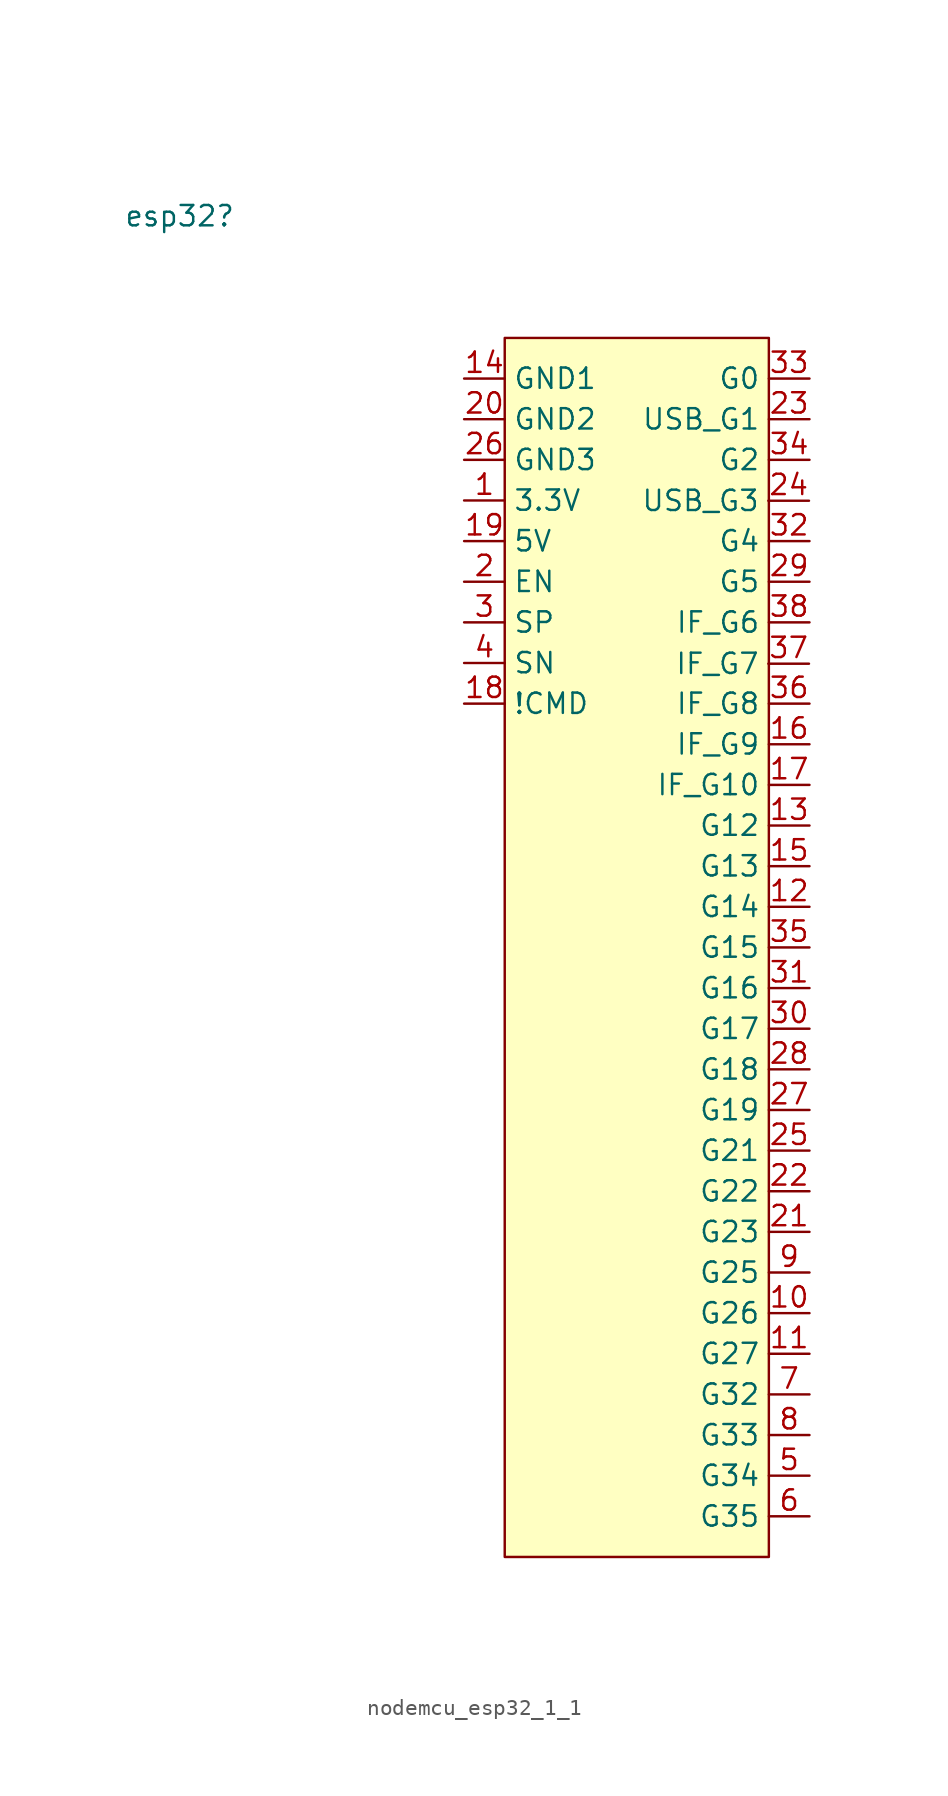
<source format=kicad_sym>
(kicad_symbol_lib
  (version 20220914)
  (generator kicad_symbol_editor)
  (symbol "nodemcu_esp32_1_1"
    (property "Reference" "esp32"
      (at 0 0 0)
      (effects (font (size 1.27 1.27))))
    (property "Value" ""
      (at 0 0 0)
      (effects (font (size 1.27 1.27))))
    (symbol "nodemcu_esp32_1_1_1_1"
      (rectangle (start 20.32 -7.62) (end 36.83 -83.82) (stroke (width 0) (type default)) (fill (type background)))
      (pin power_out line (at 17.78 -17.78 0) (length 2.54) (name "3.3V" (effects (font (size 1.27 1.27)))) (number "1" (effects (font (size 1.27 1.27)))))
      (pin bidirectional line (at 39.37 -68.58 180) (length 2.54) (name "G26" (effects (font (size 1.27 1.27)))) (number "10" (effects (font (size 1.27 1.27)))))
      (pin bidirectional line (at 39.37 -71.12 180) (length 2.54) (name "G27" (effects (font (size 1.27 1.27)))) (number "11" (effects (font (size 1.27 1.27)))))
      (pin bidirectional line (at 39.37 -43.18 180) (length 2.54) (name "G14" (effects (font (size 1.27 1.27)))) (number "12" (effects (font (size 1.27 1.27)))))
      (pin bidirectional line (at 39.37 -38.1 180) (length 2.54) (name "G12" (effects (font (size 1.27 1.27)))) (number "13" (effects (font (size 1.27 1.27)))))
      (pin power_out line (at 17.78 -10.16 0) (length 2.54) (name "GND1" (effects (font (size 1.27 1.27)))) (number "14" (effects (font (size 1.27 1.27)))))
      (pin bidirectional line (at 39.37 -40.64 180) (length 2.54) (name "G13" (effects (font (size 1.27 1.27)))) (number "15" (effects (font (size 1.27 1.27)))))
      (pin input line (at 39.37 -33.02 180) (length 2.54) (name "IF_G9" (effects (font (size 1.27 1.27)))) (number "16" (effects (font (size 1.27 1.27)))))
      (pin input line (at 39.37 -35.56 180) (length 2.54) (name "IF_G10" (effects (font (size 1.27 1.27)))) (number "17" (effects (font (size 1.27 1.27)))))
      (pin output line (at 17.78 -30.48 0) (length 2.54) (name "!CMD" (effects (font (size 1.27 1.27)))) (number "18" (effects (font (size 1.27 1.27)))))
      (pin power_out line (at 17.78 -20.32 0) (length 2.54) (name "5V" (effects (font (size 1.27 1.27)))) (number "19" (effects (font (size 1.27 1.27)))))
      (pin output line (at 17.78 -22.86 0) (length 2.54) (name "EN" (effects (font (size 1.27 1.27)))) (number "2" (effects (font (size 1.27 1.27)))))
      (pin power_out line (at 17.78 -12.7 0) (length 2.54) (name "GND2" (effects (font (size 1.27 1.27)))) (number "20" (effects (font (size 1.27 1.27)))))
      (pin bidirectional line (at 39.37 -63.5 180) (length 2.54) (name "G23" (effects (font (size 1.27 1.27)))) (number "21" (effects (font (size 1.27 1.27)))))
      (pin bidirectional line (at 39.37 -60.96 180) (length 2.54) (name "G22" (effects (font (size 1.27 1.27)))) (number "22" (effects (font (size 1.27 1.27)))))
      (pin bidirectional line (at 39.37 -12.7 180) (length 2.54) (name "USB_G1" (effects (font (size 1.27 1.27)))) (number "23" (effects (font (size 1.27 1.27)))))
      (pin bidirectional line (at 39.338 -17.797 180) (length 2.54) (name "USB_G3" (effects (font (size 1.27 1.27)))) (number "24" (effects (font (size 1.27 1.27)))))
      (pin bidirectional line (at 39.37 -58.42 180) (length 2.54) (name "G21" (effects (font (size 1.27 1.27)))) (number "25" (effects (font (size 1.27 1.27)))))
      (pin power_out line (at 17.78 -15.24 0) (length 2.54) (name "GND3" (effects (font (size 1.27 1.27)))) (number "26" (effects (font (size 1.27 1.27)))))
      (pin bidirectional line (at 39.37 -55.88 180) (length 2.54) (name "G19" (effects (font (size 1.27 1.27)))) (number "27" (effects (font (size 1.27 1.27)))))
      (pin bidirectional line (at 39.37 -53.34 180) (length 2.54) (name "G18" (effects (font (size 1.27 1.27)))) (number "28" (effects (font (size 1.27 1.27)))))
      (pin bidirectional line (at 39.37 -22.86 180) (length 2.54) (name "G5" (effects (font (size 1.27 1.27)))) (number "29" (effects (font (size 1.27 1.27)))))
      (pin output line (at 17.78 -25.4 0) (length 2.54) (name "SP" (effects (font (size 1.27 1.27)))) (number "3" (effects (font (size 1.27 1.27)))))
      (pin bidirectional line (at 39.37 -50.8 180) (length 2.54) (name "G17" (effects (font (size 1.27 1.27)))) (number "30" (effects (font (size 1.27 1.27)))))
      (pin bidirectional line (at 39.37 -48.26 180) (length 2.54) (name "G16" (effects (font (size 1.27 1.27)))) (number "31" (effects (font (size 1.27 1.27)))))
      (pin bidirectional line (at 39.37 -20.32 180) (length 2.54) (name "G4" (effects (font (size 1.27 1.27)))) (number "32" (effects (font (size 1.27 1.27)))))
      (pin bidirectional line (at 39.37 -10.16 180) (length 2.54) (name "G0" (effects (font (size 1.27 1.27)))) (number "33" (effects (font (size 1.27 1.27)))))
      (pin bidirectional line (at 39.37 -15.24 180) (length 2.54) (name "G2" (effects (font (size 1.27 1.27)))) (number "34" (effects (font (size 1.27 1.27)))))
      (pin bidirectional line (at 39.37 -45.72 180) (length 2.54) (name "G15" (effects (font (size 1.27 1.27)))) (number "35" (effects (font (size 1.27 1.27)))))
      (pin input line (at 39.37 -30.48 180) (length 2.54) (name "IF_G8" (effects (font (size 1.27 1.27)))) (number "36" (effects (font (size 1.27 1.27)))))
      (pin input line (at 39.338 -27.984 180) (length 2.54) (name "IF_G7" (effects (font (size 1.27 1.27)))) (number "37" (effects (font (size 1.27 1.27)))))
      (pin input line (at 39.37 -25.4 180) (length 2.54) (name "IF_G6" (effects (font (size 1.27 1.27)))) (number "38" (effects (font (size 1.27 1.27)))))
      (pin output line (at 17.78 -27.94 0) (length 2.54) (name "SN" (effects (font (size 1.27 1.27)))) (number "4" (effects (font (size 1.27 1.27)))))
      (pin bidirectional line (at 39.37 -78.74 180) (length 2.54) (name "G34" (effects (font (size 1.27 1.27)))) (number "5" (effects (font (size 1.27 1.27)))))
      (pin bidirectional line (at 39.37 -81.28 180) (length 2.54) (name "G35" (effects (font (size 1.27 1.27)))) (number "6" (effects (font (size 1.27 1.27)))))
      (pin bidirectional line (at 39.37 -73.66 180) (length 2.54) (name "G32" (effects (font (size 1.27 1.27)))) (number "7" (effects (font (size 1.27 1.27)))))
      (pin bidirectional line (at 39.37 -76.2 180) (length 2.54) (name "G33" (effects (font (size 1.27 1.27)))) (number "8" (effects (font (size 1.27 1.27)))))
      (pin bidirectional line (at 39.37 -66.04 180) (length 2.54) (name "G25" (effects (font (size 1.27 1.27)))) (number "9" (effects (font (size 1.27 1.27))))))))
</source>
